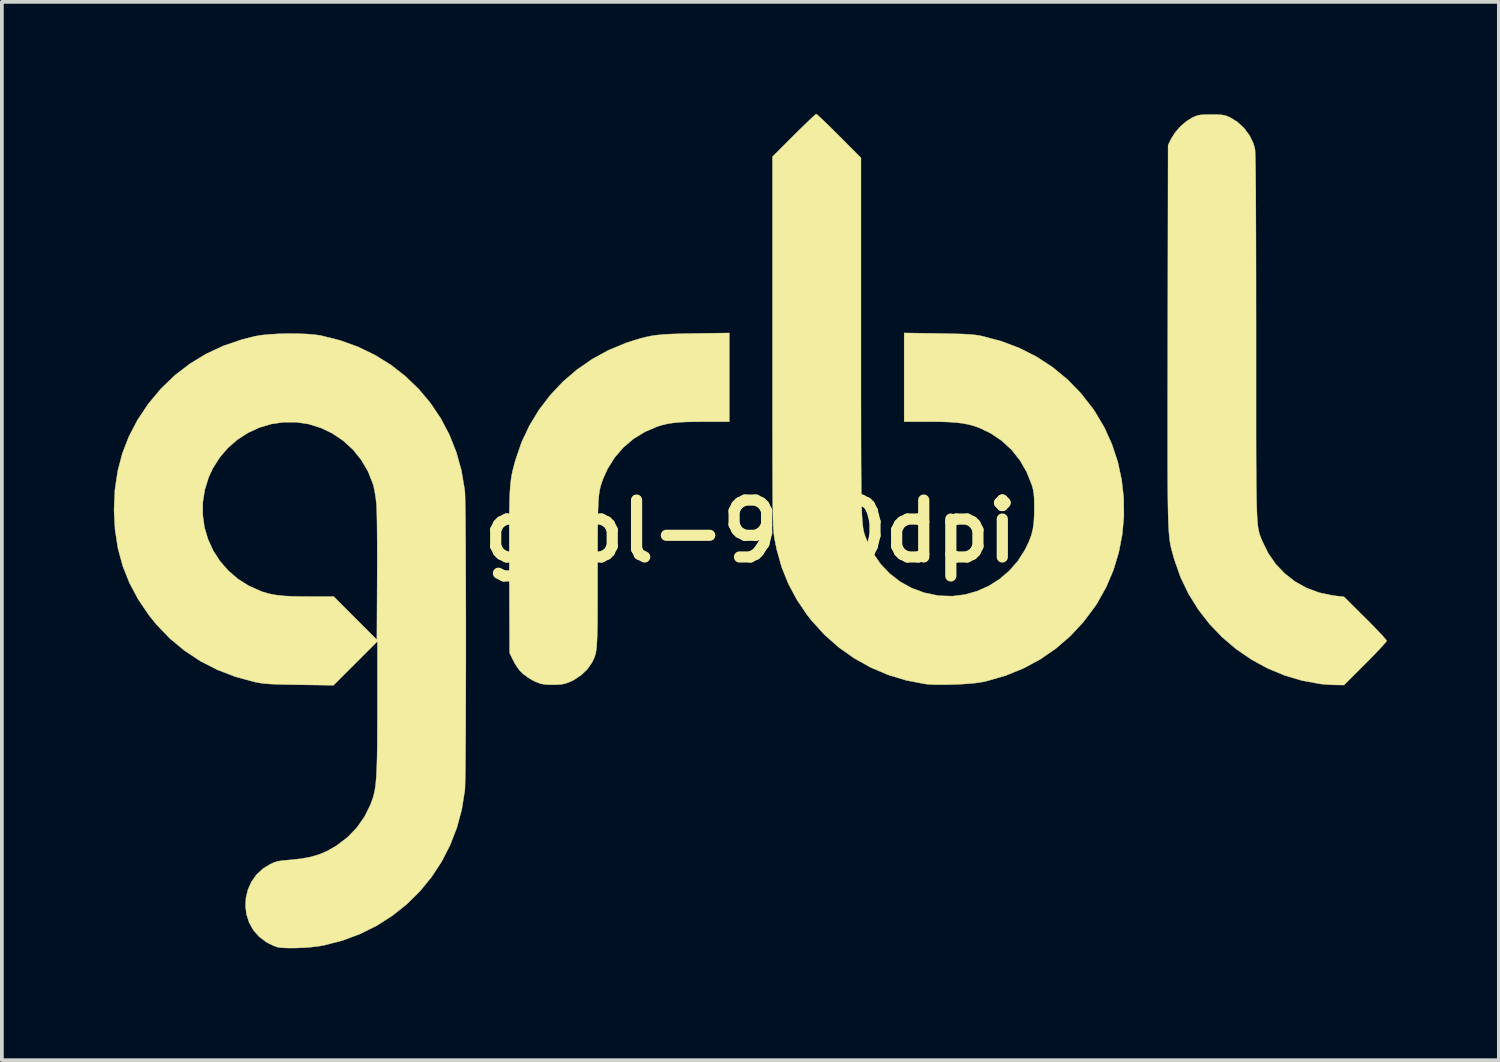
<source format=kicad_pcb>
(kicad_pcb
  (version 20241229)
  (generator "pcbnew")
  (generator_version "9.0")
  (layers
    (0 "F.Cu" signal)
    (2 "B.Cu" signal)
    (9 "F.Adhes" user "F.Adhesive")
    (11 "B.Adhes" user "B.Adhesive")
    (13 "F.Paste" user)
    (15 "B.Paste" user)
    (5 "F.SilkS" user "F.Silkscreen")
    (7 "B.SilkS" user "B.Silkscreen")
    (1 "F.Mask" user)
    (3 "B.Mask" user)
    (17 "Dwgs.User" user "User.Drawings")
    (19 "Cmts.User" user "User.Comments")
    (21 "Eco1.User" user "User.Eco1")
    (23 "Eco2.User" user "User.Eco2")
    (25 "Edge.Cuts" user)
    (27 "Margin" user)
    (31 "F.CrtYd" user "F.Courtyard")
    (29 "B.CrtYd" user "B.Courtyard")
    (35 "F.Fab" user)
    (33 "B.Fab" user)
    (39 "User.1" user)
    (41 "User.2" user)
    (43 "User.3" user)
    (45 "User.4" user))
  (footprint "grbl-900dpi"
    (layer "F.Cu")
    (at 17.051 11.181)
    (property "Reference" "grbl-900dpi" (at 0 0 0) (layer "F.SilkS") (effects (font (size 1.524 1.524) (thickness 0.3))))
    (attr through_hole)
    (fp_poly (pts (xy -0.564 -2.935) (xy -1.212 -2.935) (xy -1.492 -2.933) (xy -1.726 -2.928) (xy -1.92 -2.917) (xy -2.085 -2.9) (xy -2.228 -2.877) (xy -2.36 -2.846) (xy -2.487 -2.807) (xy -2.825 -2.663) (xy -3.131 -2.475) (xy -3.402 -2.245) (xy -3.634 -1.976) (xy -3.824 -1.672) (xy -3.925 -1.452) (xy -3.956 -1.373) (xy -3.983 -1.3) (xy -4.006 -1.228) (xy -4.026 -1.153) (xy -4.042 -1.069) (xy -4.056 -0.973) (xy -4.066 -0.861) (xy -4.075 -0.727) (xy -4.081 -0.567) (xy -4.086 -0.377) (xy -4.089 -0.152) (xy -4.091 0.112) (xy -4.092 0.42) (xy -4.092 0.776) (xy -4.092 1.125) (xy -4.092 1.521) (xy -4.093 1.864) (xy -4.094 2.159) (xy -4.095 2.411) (xy -4.098 2.624) (xy -4.103 2.802) (xy -4.109 2.948) (xy -4.117 3.069) (xy -4.127 3.167) (xy -4.14 3.248) (xy -4.156 3.315) (xy -4.175 3.373) (xy -4.198 3.426) (xy -4.224 3.479) (xy -4.253 3.533) (xy -4.37 3.699) (xy -4.529 3.851) (xy -4.717 3.977) (xy -4.791 4.015) (xy -4.899 4.061) (xy -4.993 4.09) (xy -5.097 4.105) (xy -5.235 4.112) (xy -5.385 4.111) (xy -5.52 4.101) (xy -5.621 4.083) (xy -5.775 4.023) (xy -5.936 3.933) (xy -6.082 3.827) (xy -6.173 3.739) (xy -6.238 3.653) (xy -6.309 3.541) (xy -6.361 3.443) (xy -6.449 3.26) (xy -6.457 1.115) (xy -6.458 0.69) (xy -6.459 0.317) (xy -6.459 -0.008) (xy -6.459 -0.29) (xy -6.456 -0.534) (xy -6.453 -0.743) (xy -6.447 -0.923) (xy -6.44 -1.078) (xy -6.43 -1.212) (xy -6.418 -1.33) (xy -6.404 -1.437) (xy -6.386 -1.536) (xy -6.365 -1.632) (xy -6.34 -1.73) (xy -6.312 -1.834) (xy -6.292 -1.906) (xy -6.131 -2.378) (xy -5.919 -2.828) (xy -5.662 -3.251) (xy -5.362 -3.644) (xy -5.022 -4.005) (xy -4.646 -4.328) (xy -4.237 -4.611) (xy -3.799 -4.85) (xy -3.335 -5.042) (xy -3.27 -5.064) (xy -3.096 -5.12) (xy -2.942 -5.166) (xy -2.799 -5.203) (xy -2.657 -5.232) (xy -2.509 -5.254) (xy -2.344 -5.27) (xy -2.154 -5.281) (xy -1.931 -5.289) (xy -1.665 -5.295) (xy -1.489 -5.298) (xy -0.564 -5.311) (xy -0.564 -2.935)) (stroke (width 0.01) (type solid)) (fill yes) (layer "F.SilkS"))
    (fp_poly (pts (xy 12.496 -11.161) (xy 12.603 -11.156) (xy 12.684 -11.145) (xy 12.752 -11.126) (xy 12.824 -11.097) (xy 12.848 -11.086) (xy 13.048 -10.963) (xy 13.225 -10.799) (xy 13.371 -10.605) (xy 13.475 -10.391) (xy 13.515 -10.25) (xy 13.52 -10.209) (xy 13.524 -10.129) (xy 13.527 -10.007) (xy 13.531 -9.844) (xy 13.534 -9.638) (xy 13.536 -9.387) (xy 13.539 -9.091) (xy 13.541 -8.747) (xy 13.542 -8.356) (xy 13.544 -7.915) (xy 13.545 -7.423) (xy 13.546 -6.879) (xy 13.546 -6.282) (xy 13.547 -5.631) (xy 13.547 -5.236) (xy 13.547 -4.608) (xy 13.547 -4.034) (xy 13.547 -3.511) (xy 13.547 -3.037) (xy 13.547 -2.609) (xy 13.548 -2.224) (xy 13.549 -1.88) (xy 13.551 -1.574) (xy 13.553 -1.304) (xy 13.556 -1.067) (xy 13.559 -0.86) (xy 13.564 -0.681) (xy 13.569 -0.528) (xy 13.575 -0.396) (xy 13.582 -0.285) (xy 13.59 -0.191) (xy 13.6 -0.112) (xy 13.611 -0.045) (xy 13.623 0.012) (xy 13.636 0.063) (xy 13.651 0.109) (xy 13.668 0.153) (xy 13.686 0.199) (xy 13.706 0.247) (xy 13.713 0.266) (xy 13.873 0.59) (xy 14.075 0.881) (xy 14.317 1.135) (xy 14.594 1.35) (xy 14.901 1.521) (xy 15.235 1.645) (xy 15.591 1.72) (xy 15.635 1.726) (xy 15.903 1.757) (xy 16.475 2.325) (xy 16.622 2.472) (xy 16.755 2.609) (xy 16.869 2.728) (xy 16.959 2.826) (xy 17.019 2.896) (xy 17.046 2.932) (xy 17.046 2.935) (xy 17.027 2.965) (xy 16.972 3.03) (xy 16.888 3.123) (xy 16.778 3.239) (xy 16.648 3.374) (xy 16.504 3.52) (xy 16.474 3.549) (xy 15.903 4.12) (xy 15.677 4.117) (xy 15.537 4.112) (xy 15.389 4.102) (xy 15.268 4.09) (xy 14.776 4) (xy 14.301 3.858) (xy 13.846 3.668) (xy 13.415 3.432) (xy 13.011 3.154) (xy 12.638 2.837) (xy 12.299 2.483) (xy 11.999 2.096) (xy 11.739 1.678) (xy 11.525 1.234) (xy 11.36 0.765) (xy 11.347 0.721) (xy 11.326 0.647) (xy 11.307 0.58) (xy 11.29 0.517) (xy 11.274 0.455) (xy 11.259 0.391) (xy 11.247 0.323) (xy 11.235 0.248) (xy 11.225 0.164) (xy 11.216 0.068) (xy 11.208 -0.042) (xy 11.202 -0.17) (xy 11.196 -0.318) (xy 11.191 -0.488) (xy 11.187 -0.683) (xy 11.184 -0.906) (xy 11.182 -1.159) (xy 11.18 -1.445) (xy 11.179 -1.766) (xy 11.179 -2.126) (xy 11.179 -2.526) (xy 11.179 -2.97) (xy 11.179 -3.459) (xy 11.18 -3.997) (xy 11.181 -4.586) (xy 11.182 -5.229) (xy 11.182 -5.249) (xy 11.19 -10.343) (xy 11.273 -10.513) (xy 11.38 -10.683) (xy 11.525 -10.848) (xy 11.691 -10.989) (xy 11.839 -11.079) (xy 11.916 -11.115) (xy 11.982 -11.138) (xy 12.052 -11.152) (xy 12.142 -11.159) (xy 12.267 -11.162) (xy 12.347 -11.162) (xy 12.496 -11.161)) (stroke (width 0.01) (type solid)) (fill yes) (layer "F.SilkS"))
    (fp_poly (pts (xy 1.791 -11.157) (xy 1.852 -11.102) (xy 1.942 -11.018) (xy 2.056 -10.908) (xy 2.189 -10.778) (xy 2.336 -10.632) (xy 2.378 -10.59) (xy 2.963 -10.004) (xy 2.963 -5.188) (xy 2.963 -4.563) (xy 2.963 -3.992) (xy 2.963 -3.473) (xy 2.964 -3.001) (xy 2.964 -2.576) (xy 2.965 -2.194) (xy 2.966 -1.853) (xy 2.968 -1.55) (xy 2.97 -1.282) (xy 2.973 -1.048) (xy 2.976 -0.843) (xy 2.981 -0.667) (xy 2.986 -0.515) (xy 2.992 -0.385) (xy 2.999 -0.276) (xy 3.008 -0.183) (xy 3.017 -0.105) (xy 3.028 -0.039) (xy 3.041 0.018) (xy 3.054 0.068) (xy 3.07 0.114) (xy 3.086 0.158) (xy 3.105 0.204) (xy 3.125 0.254) (xy 3.13 0.266) (xy 3.29 0.591) (xy 3.492 0.882) (xy 3.734 1.136) (xy 4.011 1.35) (xy 4.319 1.521) (xy 4.655 1.646) (xy 5.013 1.721) (xy 5.069 1.728) (xy 5.411 1.739) (xy 5.748 1.697) (xy 6.075 1.605) (xy 6.386 1.466) (xy 6.675 1.283) (xy 6.936 1.06) (xy 7.164 0.799) (xy 7.352 0.505) (xy 7.381 0.45) (xy 7.466 0.27) (xy 7.527 0.107) (xy 7.568 -0.055) (xy 7.593 -0.231) (xy 7.604 -0.436) (xy 7.606 -0.593) (xy 7.605 -0.77) (xy 7.601 -0.905) (xy 7.592 -1.01) (xy 7.578 -1.099) (xy 7.557 -1.185) (xy 7.54 -1.241) (xy 7.403 -1.586) (xy 7.221 -1.901) (xy 6.998 -2.181) (xy 6.736 -2.423) (xy 6.438 -2.624) (xy 6.145 -2.765) (xy 6.003 -2.817) (xy 5.858 -2.857) (xy 5.702 -2.888) (xy 5.526 -2.91) (xy 5.321 -2.925) (xy 5.077 -2.933) (xy 4.787 -2.935) (xy 4.78 -2.935) (xy 4.12 -2.935) (xy 4.12 -5.312) (xy 5.031 -5.298) (xy 5.296 -5.293) (xy 5.512 -5.288) (xy 5.688 -5.283) (xy 5.83 -5.275) (xy 5.946 -5.267) (xy 6.045 -5.256) (xy 6.132 -5.242) (xy 6.209 -5.227) (xy 6.724 -5.09) (xy 7.212 -4.905) (xy 7.669 -4.673) (xy 8.096 -4.394) (xy 8.488 -4.072) (xy 8.846 -3.705) (xy 9.168 -3.296) (xy 9.235 -3.198) (xy 9.487 -2.772) (xy 9.689 -2.323) (xy 9.843 -1.857) (xy 9.946 -1.378) (xy 10.001 -0.891) (xy 10.006 -0.401) (xy 9.962 0.087) (xy 9.869 0.569) (xy 9.727 1.038) (xy 9.535 1.491) (xy 9.294 1.922) (xy 9.235 2.012) (xy 8.923 2.43) (xy 8.573 2.806) (xy 8.187 3.14) (xy 7.769 3.428) (xy 7.32 3.671) (xy 6.842 3.866) (xy 6.339 4.011) (xy 6.209 4.04) (xy 6.068 4.062) (xy 5.885 4.081) (xy 5.674 4.095) (xy 5.449 4.105) (xy 5.224 4.111) (xy 5.012 4.111) (xy 4.829 4.105) (xy 4.687 4.092) (xy 4.685 4.092) (xy 4.177 3.995) (xy 3.687 3.846) (xy 3.22 3.647) (xy 2.778 3.4) (xy 2.366 3.109) (xy 1.986 2.773) (xy 1.643 2.396) (xy 1.523 2.244) (xy 1.245 1.832) (xy 1.018 1.408) (xy 0.839 0.963) (xy 0.706 0.49) (xy 0.648 0.202) (xy 0.641 0.16) (xy 0.635 0.118) (xy 0.629 0.072) (xy 0.624 0.02) (xy 0.619 -0.041) (xy 0.615 -0.113) (xy 0.611 -0.199) (xy 0.608 -0.302) (xy 0.605 -0.424) (xy 0.603 -0.568) (xy 0.6 -0.737) (xy 0.599 -0.932) (xy 0.597 -1.158) (xy 0.596 -1.415) (xy 0.595 -1.708) (xy 0.594 -2.038) (xy 0.594 -2.409) (xy 0.593 -2.822) (xy 0.593 -3.281) (xy 0.593 -3.788) (xy 0.593 -4.346) (xy 0.593 -4.957) (xy 0.593 -5.076) (xy 0.593 -10.034) (xy 1.164 -10.605) (xy 1.312 -10.751) (xy 1.448 -10.884) (xy 1.566 -10.998) (xy 1.661 -11.088) (xy 1.728 -11.149) (xy 1.762 -11.175) (xy 1.764 -11.176) (xy 1.791 -11.157)) (stroke (width 0.01) (type solid)) (fill yes) (layer "F.SilkS"))
    (fp_poly (pts (xy -12.102 -5.292) (xy -11.858 -5.282) (xy -11.645 -5.263) (xy -11.501 -5.241) (xy -10.99 -5.113) (xy -10.507 -4.938) (xy -10.052 -4.717) (xy -9.628 -4.454) (xy -9.239 -4.15) (xy -8.885 -3.809) (xy -8.57 -3.434) (xy -8.295 -3.025) (xy -8.064 -2.588) (xy -7.879 -2.123) (xy -7.742 -1.634) (xy -7.655 -1.123) (xy -7.649 -1.068) (xy -7.645 -1.001) (xy -7.641 -0.882) (xy -7.638 -0.715) (xy -7.635 -0.505) (xy -7.632 -0.254) (xy -7.63 0.033) (xy -7.627 0.351) (xy -7.626 0.696) (xy -7.624 1.064) (xy -7.623 1.452) (xy -7.622 1.855) (xy -7.621 2.268) (xy -7.621 2.688) (xy -7.621 3.11) (xy -7.621 3.53) (xy -7.622 3.945) (xy -7.623 4.35) (xy -7.624 4.74) (xy -7.625 5.112) (xy -7.627 5.462) (xy -7.629 5.785) (xy -7.632 6.077) (xy -7.634 6.334) (xy -7.637 6.552) (xy -7.641 6.727) (xy -7.644 6.855) (xy -7.648 6.93) (xy -7.649 6.938) (xy -7.73 7.45) (xy -7.862 7.941) (xy -8.043 8.408) (xy -8.269 8.849) (xy -8.539 9.261) (xy -8.85 9.641) (xy -9.199 9.987) (xy -9.584 10.294) (xy -10.001 10.562) (xy -10.45 10.786) (xy -10.927 10.964) (xy -11.429 11.094) (xy -11.43 11.094) (xy -11.587 11.12) (xy -11.769 11.141) (xy -11.965 11.156) (xy -12.161 11.164) (xy -12.346 11.166) (xy -12.506 11.161) (xy -12.63 11.149) (xy -12.676 11.139) (xy -12.773 11.103) (xy -12.888 11.049) (xy -12.969 11.005) (xy -13.164 10.857) (xy -13.317 10.68) (xy -13.428 10.48) (xy -13.497 10.265) (xy -13.525 10.04) (xy -13.511 9.815) (xy -13.457 9.594) (xy -13.363 9.387) (xy -13.229 9.199) (xy -13.055 9.037) (xy -12.866 8.922) (xy -12.778 8.881) (xy -12.696 8.852) (xy -12.606 8.833) (xy -12.491 8.818) (xy -12.339 8.805) (xy -12.038 8.773) (xy -11.778 8.725) (xy -11.547 8.657) (xy -11.331 8.564) (xy -11.117 8.442) (xy -11.082 8.42) (xy -10.793 8.2) (xy -10.543 7.942) (xy -10.337 7.648) (xy -10.176 7.325) (xy -10.107 7.132) (xy -10.085 7.05) (xy -10.065 6.962) (xy -10.048 6.861) (xy -10.034 6.743) (xy -10.022 6.605) (xy -10.013 6.441) (xy -10.005 6.248) (xy -9.999 6.02) (xy -9.995 5.754) (xy -9.993 5.445) (xy -9.991 5.089) (xy -9.991 4.681) (xy -9.991 4.643) (xy -9.991 2.95) (xy -11.168 4.126) (xy -12.082 4.113) (xy -12.344 4.109) (xy -12.556 4.104) (xy -12.728 4.099) (xy -12.867 4.092) (xy -12.981 4.084) (xy -13.077 4.074) (xy -13.164 4.06) (xy -13.249 4.044) (xy -13.279 4.038) (xy -13.794 3.898) (xy -14.28 3.711) (xy -14.735 3.478) (xy -15.158 3.198) (xy -15.548 2.875) (xy -15.903 2.507) (xy -16.115 2.244) (xy -16.401 1.821) (xy -16.633 1.385) (xy -16.813 0.932) (xy -16.941 0.461) (xy -17.018 -0.034) (xy -17.04 -0.434) (xy -14.67 -0.434) (xy -14.623 -0.102) (xy -14.528 0.217) (xy -14.39 0.52) (xy -14.208 0.801) (xy -13.987 1.055) (xy -13.729 1.277) (xy -13.434 1.464) (xy -13.107 1.609) (xy -13.07 1.622) (xy -12.942 1.661) (xy -12.81 1.692) (xy -12.665 1.715) (xy -12.499 1.732) (xy -12.302 1.743) (xy -12.067 1.748) (xy -11.802 1.75) (xy -11.161 1.75) (xy -10.583 2.329) (xy -10.005 2.907) (xy -9.997 1.249) (xy -9.996 0.893) (xy -9.996 0.558) (xy -9.997 0.249) (xy -9.999 -0.029) (xy -10.002 -0.271) (xy -10.006 -0.472) (xy -10.011 -0.627) (xy -10.017 -0.731) (xy -10.018 -0.738) (xy -10.035 -0.892) (xy -10.06 -1.049) (xy -10.088 -1.187) (xy -10.107 -1.26) (xy -10.24 -1.597) (xy -10.42 -1.906) (xy -10.643 -2.184) (xy -10.906 -2.425) (xy -11.204 -2.625) (xy -11.498 -2.766) (xy -11.83 -2.87) (xy -12.167 -2.921) (xy -12.503 -2.921) (xy -12.834 -2.872) (xy -13.153 -2.777) (xy -13.456 -2.637) (xy -13.738 -2.456) (xy -13.993 -2.235) (xy -14.216 -1.976) (xy -14.401 -1.683) (xy -14.509 -1.452) (xy -14.615 -1.113) (xy -14.669 -0.772) (xy -14.67 -0.434) (xy -17.04 -0.434) (xy -17.046 -0.554) (xy -17.046 -0.593) (xy -17.022 -1.115) (xy -16.948 -1.611) (xy -16.824 -2.084) (xy -16.648 -2.538) (xy -16.42 -2.975) (xy -16.138 -3.399) (xy -16.115 -3.429) (xy -15.784 -3.825) (xy -15.417 -4.177) (xy -15.016 -4.485) (xy -14.582 -4.749) (xy -14.116 -4.966) (xy -13.62 -5.136) (xy -13.264 -5.225) (xy -13.086 -5.254) (xy -12.867 -5.275) (xy -12.62 -5.289) (xy -12.36 -5.295) (xy -12.102 -5.292)) (stroke (width 0.01) (type solid)) (fill yes) (layer "F.SilkS")))
  (gr_rect
    (start -3 -3)
    (end 37.102 25.352)
    (stroke (width 0.1) (type default))
    (fill no)
    (layer "Edge.Cuts")))
</source>
